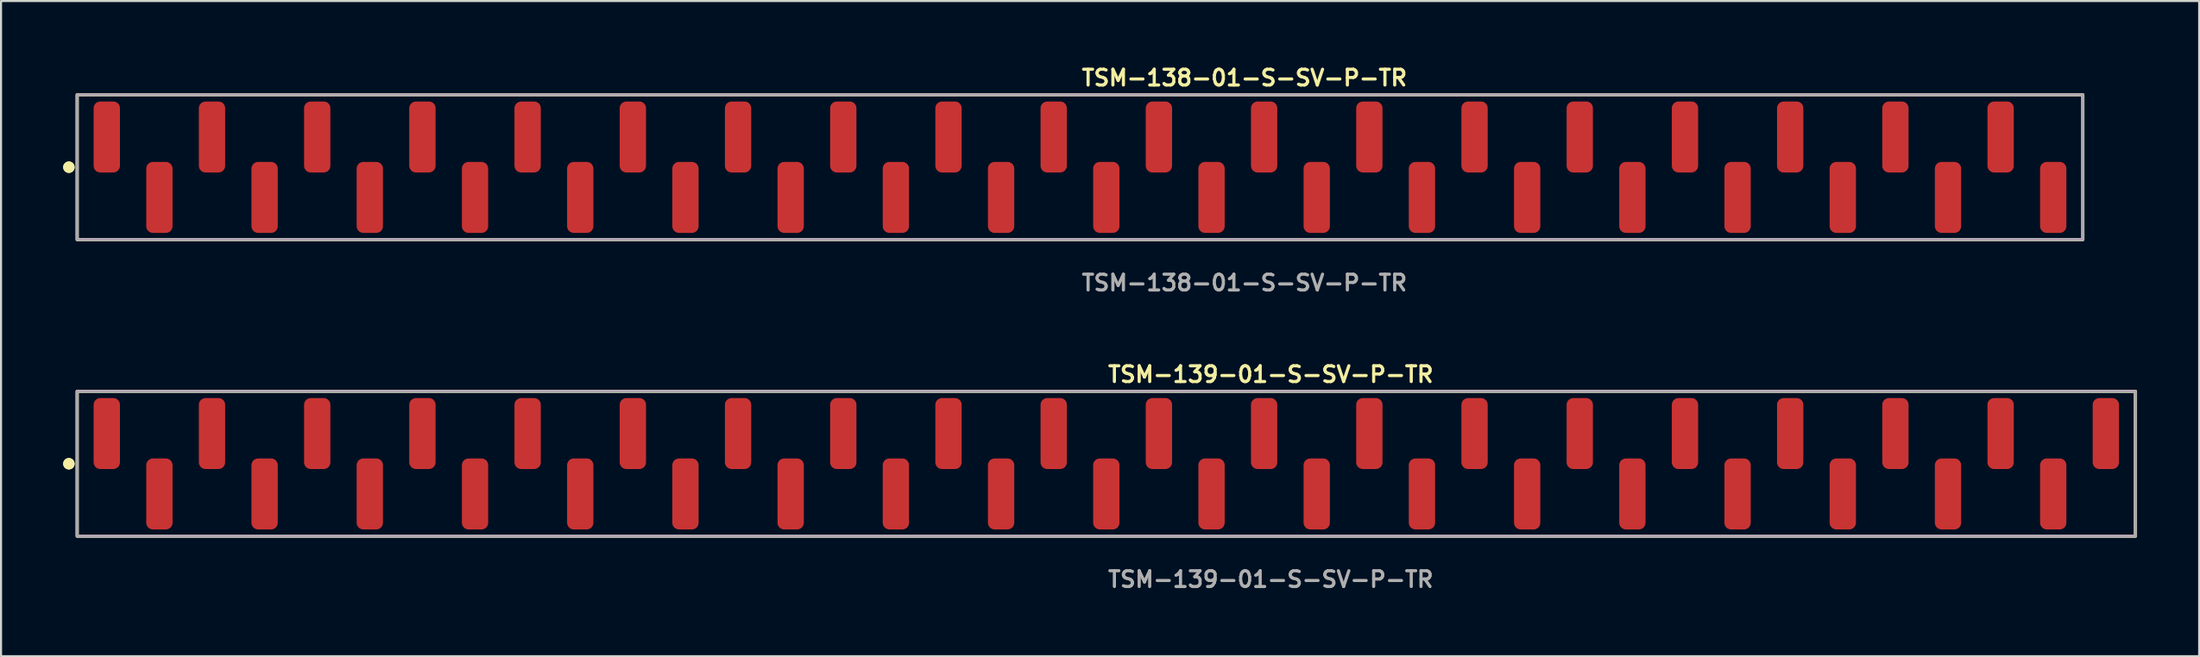
<source format=kicad_pcb>
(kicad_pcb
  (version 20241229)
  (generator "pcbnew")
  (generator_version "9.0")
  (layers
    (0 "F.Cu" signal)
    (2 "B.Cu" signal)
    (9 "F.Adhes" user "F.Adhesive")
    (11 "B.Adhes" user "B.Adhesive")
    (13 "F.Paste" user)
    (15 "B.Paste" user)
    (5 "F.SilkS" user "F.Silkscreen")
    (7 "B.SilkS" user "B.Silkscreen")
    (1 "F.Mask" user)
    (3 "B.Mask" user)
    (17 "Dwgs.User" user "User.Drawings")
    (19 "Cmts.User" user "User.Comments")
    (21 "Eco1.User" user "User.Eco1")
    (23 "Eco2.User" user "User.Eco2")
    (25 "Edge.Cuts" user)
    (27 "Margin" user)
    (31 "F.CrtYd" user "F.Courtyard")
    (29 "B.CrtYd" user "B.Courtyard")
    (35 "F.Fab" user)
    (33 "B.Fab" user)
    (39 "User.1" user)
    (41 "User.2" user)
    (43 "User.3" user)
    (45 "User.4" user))
  (footprint "TSM-138-01-S-SV-P-TR"
    (layer "F.Cu")
    (at 49.096 5.031)
    (property "Reference" "TSM-138-01-S-SV-P-TR" (at 0 -4.318 0) (unlocked yes) (layer "F.SilkS") (effects (font (size 0.762 0.762) (thickness 0.152)) (justify left)))
    (fp_rect (start -48.42 3.5) (end 48.42 -3.5) (stroke (width 0.152) (type solid)) (fill no) (layer "F.SilkS"))
    (fp_circle (center -48.82 0) (end -49.02 0) (stroke (width 0.152) (type solid)) (fill yes) (layer "F.SilkS"))
    (fp_circle (center -48.82 0) (end -49.02 0) (stroke (width 0.152) (type solid)) (fill yes) (layer "F.SilkS"))
    (fp_rect (start -48.42 3.5) (end 48.42 -3.5) (stroke (width 0.006) (type solid)) (fill no) (layer "F.CrtYd"))
    (fp_rect (start -48.42 3.5) (end 48.42 -3.5) (stroke (width 0.152) (type solid)) (fill no) (layer "F.Fab"))
    (fp_text user "${REFERENCE}" (at 0 5.588 0) (unlocked yes) (layer "F.Fab") (effects (font (size 0.762 0.762) (thickness 0.152)) (justify left)))
    (pad "1" smd roundrect (at -46.99 -1.46) (size 1.27 3.43) (layers "F.Cu" "F.Paste") (roundrect_rratio 0.25))
    (pad "2" smd roundrect (at -44.45 1.46) (size 1.27 3.43) (layers "F.Cu" "F.Paste") (roundrect_rratio 0.25))
    (pad "3" smd roundrect (at -41.91 -1.46) (size 1.27 3.43) (layers "F.Cu" "F.Paste") (roundrect_rratio 0.25))
    (pad "4" smd roundrect (at -39.37 1.46) (size 1.27 3.43) (layers "F.Cu" "F.Paste") (roundrect_rratio 0.25))
    (pad "5" smd roundrect (at -36.83 -1.46) (size 1.27 3.43) (layers "F.Cu" "F.Paste") (roundrect_rratio 0.25))
    (pad "6" smd roundrect (at -34.29 1.46) (size 1.27 3.43) (layers "F.Cu" "F.Paste") (roundrect_rratio 0.25))
    (pad "7" smd roundrect (at -31.75 -1.46) (size 1.27 3.43) (layers "F.Cu" "F.Paste") (roundrect_rratio 0.25))
    (pad "8" smd roundrect (at -29.21 1.46) (size 1.27 3.43) (layers "F.Cu" "F.Paste") (roundrect_rratio 0.25))
    (pad "9" smd roundrect (at -26.67 -1.46) (size 1.27 3.43) (layers "F.Cu" "F.Paste") (roundrect_rratio 0.25))
    (pad "10" smd roundrect (at -24.13 1.46) (size 1.27 3.43) (layers "F.Cu" "F.Paste") (roundrect_rratio 0.25))
    (pad "11" smd roundrect (at -21.59 -1.46) (size 1.27 3.43) (layers "F.Cu" "F.Paste") (roundrect_rratio 0.25))
    (pad "12" smd roundrect (at -19.05 1.46) (size 1.27 3.43) (layers "F.Cu" "F.Paste") (roundrect_rratio 0.25))
    (pad "13" smd roundrect (at -16.51 -1.46) (size 1.27 3.43) (layers "F.Cu" "F.Paste") (roundrect_rratio 0.25))
    (pad "14" smd roundrect (at -13.97 1.46) (size 1.27 3.43) (layers "F.Cu" "F.Paste") (roundrect_rratio 0.25))
    (pad "15" smd roundrect (at -11.43 -1.46) (size 1.27 3.43) (layers "F.Cu" "F.Paste") (roundrect_rratio 0.25))
    (pad "16" smd roundrect (at -8.89 1.46) (size 1.27 3.43) (layers "F.Cu" "F.Paste") (roundrect_rratio 0.25))
    (pad "17" smd roundrect (at -6.35 -1.46) (size 1.27 3.43) (layers "F.Cu" "F.Paste") (roundrect_rratio 0.25))
    (pad "18" smd roundrect (at -3.81 1.46) (size 1.27 3.43) (layers "F.Cu" "F.Paste") (roundrect_rratio 0.25))
    (pad "19" smd roundrect (at -1.27 -1.46) (size 1.27 3.43) (layers "F.Cu" "F.Paste") (roundrect_rratio 0.25))
    (pad "20" smd roundrect (at 1.27 1.46) (size 1.27 3.43) (layers "F.Cu" "F.Paste") (roundrect_rratio 0.25))
    (pad "21" smd roundrect (at 3.81 -1.46) (size 1.27 3.43) (layers "F.Cu" "F.Paste") (roundrect_rratio 0.25))
    (pad "22" smd roundrect (at 6.35 1.46) (size 1.27 3.43) (layers "F.Cu" "F.Paste") (roundrect_rratio 0.25))
    (pad "23" smd roundrect (at 8.89 -1.46) (size 1.27 3.43) (layers "F.Cu" "F.Paste") (roundrect_rratio 0.25))
    (pad "24" smd roundrect (at 11.43 1.46) (size 1.27 3.43) (layers "F.Cu" "F.Paste") (roundrect_rratio 0.25))
    (pad "25" smd roundrect (at 13.97 -1.46) (size 1.27 3.43) (layers "F.Cu" "F.Paste") (roundrect_rratio 0.25))
    (pad "26" smd roundrect (at 16.51 1.46) (size 1.27 3.43) (layers "F.Cu" "F.Paste") (roundrect_rratio 0.25))
    (pad "27" smd roundrect (at 19.05 -1.46) (size 1.27 3.43) (layers "F.Cu" "F.Paste") (roundrect_rratio 0.25))
    (pad "28" smd roundrect (at 21.59 1.46) (size 1.27 3.43) (layers "F.Cu" "F.Paste") (roundrect_rratio 0.25))
    (pad "29" smd roundrect (at 24.13 -1.46) (size 1.27 3.43) (layers "F.Cu" "F.Paste") (roundrect_rratio 0.25))
    (pad "30" smd roundrect (at 26.67 1.46) (size 1.27 3.43) (layers "F.Cu" "F.Paste") (roundrect_rratio 0.25))
    (pad "31" smd roundrect (at 29.21 -1.46) (size 1.27 3.43) (layers "F.Cu" "F.Paste") (roundrect_rratio 0.25))
    (pad "32" smd roundrect (at 31.75 1.46) (size 1.27 3.43) (layers "F.Cu" "F.Paste") (roundrect_rratio 0.25))
    (pad "33" smd roundrect (at 34.29 -1.46) (size 1.27 3.43) (layers "F.Cu" "F.Paste") (roundrect_rratio 0.25))
    (pad "34" smd roundrect (at 36.83 1.46) (size 1.27 3.43) (layers "F.Cu" "F.Paste") (roundrect_rratio 0.25))
    (pad "35" smd roundrect (at 39.37 -1.46) (size 1.27 3.43) (layers "F.Cu" "F.Paste") (roundrect_rratio 0.25))
    (pad "36" smd roundrect (at 41.91 1.46) (size 1.27 3.43) (layers "F.Cu" "F.Paste") (roundrect_rratio 0.25))
    (pad "37" smd roundrect (at 44.45 -1.46) (size 1.27 3.43) (layers "F.Cu" "F.Paste") (roundrect_rratio 0.25))
    (pad "38" smd roundrect (at 46.99 1.46) (size 1.27 3.43) (layers "F.Cu" "F.Paste") (roundrect_rratio 0.25)))
  (footprint "TSM-139-01-S-SV-P-TR"
    (layer "F.Cu")
    (at 50.366 19.364)
    (property "Reference" "TSM-139-01-S-SV-P-TR" (at 0 -4.318 0) (unlocked yes) (layer "F.SilkS") (effects (font (size 0.762 0.762) (thickness 0.152)) (justify left)))
    (fp_rect (start -49.69 3.5) (end 49.69 -3.5) (stroke (width 0.152) (type solid)) (fill no) (layer "F.SilkS"))
    (fp_circle (center -50.09 0) (end -50.29 0) (stroke (width 0.152) (type solid)) (fill yes) (layer "F.SilkS"))
    (fp_circle (center -50.09 0) (end -50.29 0) (stroke (width 0.152) (type solid)) (fill yes) (layer "F.SilkS"))
    (fp_rect (start -49.69 3.5) (end 49.69 -3.5) (stroke (width 0.006) (type solid)) (fill no) (layer "F.CrtYd"))
    (fp_rect (start -49.69 3.5) (end 49.69 -3.5) (stroke (width 0.152) (type solid)) (fill no) (layer "F.Fab"))
    (fp_text user "${REFERENCE}" (at 0 5.588 0) (unlocked yes) (layer "F.Fab") (effects (font (size 0.762 0.762) (thickness 0.152)) (justify left)))
    (pad "1" smd roundrect (at -48.26 -1.46) (size 1.27 3.43) (layers "F.Cu" "F.Paste") (roundrect_rratio 0.25))
    (pad "2" smd roundrect (at -45.72 1.46) (size 1.27 3.43) (layers "F.Cu" "F.Paste") (roundrect_rratio 0.25))
    (pad "3" smd roundrect (at -43.18 -1.46) (size 1.27 3.43) (layers "F.Cu" "F.Paste") (roundrect_rratio 0.25))
    (pad "4" smd roundrect (at -40.64 1.46) (size 1.27 3.43) (layers "F.Cu" "F.Paste") (roundrect_rratio 0.25))
    (pad "5" smd roundrect (at -38.1 -1.46) (size 1.27 3.43) (layers "F.Cu" "F.Paste") (roundrect_rratio 0.25))
    (pad "6" smd roundrect (at -35.56 1.46) (size 1.27 3.43) (layers "F.Cu" "F.Paste") (roundrect_rratio 0.25))
    (pad "7" smd roundrect (at -33.02 -1.46) (size 1.27 3.43) (layers "F.Cu" "F.Paste") (roundrect_rratio 0.25))
    (pad "8" smd roundrect (at -30.48 1.46) (size 1.27 3.43) (layers "F.Cu" "F.Paste") (roundrect_rratio 0.25))
    (pad "9" smd roundrect (at -27.94 -1.46) (size 1.27 3.43) (layers "F.Cu" "F.Paste") (roundrect_rratio 0.25))
    (pad "10" smd roundrect (at -25.4 1.46) (size 1.27 3.43) (layers "F.Cu" "F.Paste") (roundrect_rratio 0.25))
    (pad "11" smd roundrect (at -22.86 -1.46) (size 1.27 3.43) (layers "F.Cu" "F.Paste") (roundrect_rratio 0.25))
    (pad "12" smd roundrect (at -20.32 1.46) (size 1.27 3.43) (layers "F.Cu" "F.Paste") (roundrect_rratio 0.25))
    (pad "13" smd roundrect (at -17.78 -1.46) (size 1.27 3.43) (layers "F.Cu" "F.Paste") (roundrect_rratio 0.25))
    (pad "14" smd roundrect (at -15.24 1.46) (size 1.27 3.43) (layers "F.Cu" "F.Paste") (roundrect_rratio 0.25))
    (pad "15" smd roundrect (at -12.7 -1.46) (size 1.27 3.43) (layers "F.Cu" "F.Paste") (roundrect_rratio 0.25))
    (pad "16" smd roundrect (at -10.16 1.46) (size 1.27 3.43) (layers "F.Cu" "F.Paste") (roundrect_rratio 0.25))
    (pad "17" smd roundrect (at -7.62 -1.46) (size 1.27 3.43) (layers "F.Cu" "F.Paste") (roundrect_rratio 0.25))
    (pad "18" smd roundrect (at -5.08 1.46) (size 1.27 3.43) (layers "F.Cu" "F.Paste") (roundrect_rratio 0.25))
    (pad "19" smd roundrect (at -2.54 -1.46) (size 1.27 3.43) (layers "F.Cu" "F.Paste") (roundrect_rratio 0.25))
    (pad "20" smd roundrect (at 0 1.46) (size 1.27 3.43) (layers "F.Cu" "F.Paste") (roundrect_rratio 0.25))
    (pad "21" smd roundrect (at 2.54 -1.46) (size 1.27 3.43) (layers "F.Cu" "F.Paste") (roundrect_rratio 0.25))
    (pad "22" smd roundrect (at 5.08 1.46) (size 1.27 3.43) (layers "F.Cu" "F.Paste") (roundrect_rratio 0.25))
    (pad "23" smd roundrect (at 7.62 -1.46) (size 1.27 3.43) (layers "F.Cu" "F.Paste") (roundrect_rratio 0.25))
    (pad "24" smd roundrect (at 10.16 1.46) (size 1.27 3.43) (layers "F.Cu" "F.Paste") (roundrect_rratio 0.25))
    (pad "25" smd roundrect (at 12.7 -1.46) (size 1.27 3.43) (layers "F.Cu" "F.Paste") (roundrect_rratio 0.25))
    (pad "26" smd roundrect (at 15.24 1.46) (size 1.27 3.43) (layers "F.Cu" "F.Paste") (roundrect_rratio 0.25))
    (pad "27" smd roundrect (at 17.78 -1.46) (size 1.27 3.43) (layers "F.Cu" "F.Paste") (roundrect_rratio 0.25))
    (pad "28" smd roundrect (at 20.32 1.46) (size 1.27 3.43) (layers "F.Cu" "F.Paste") (roundrect_rratio 0.25))
    (pad "29" smd roundrect (at 22.86 -1.46) (size 1.27 3.43) (layers "F.Cu" "F.Paste") (roundrect_rratio 0.25))
    (pad "30" smd roundrect (at 25.4 1.46) (size 1.27 3.43) (layers "F.Cu" "F.Paste") (roundrect_rratio 0.25))
    (pad "31" smd roundrect (at 27.94 -1.46) (size 1.27 3.43) (layers "F.Cu" "F.Paste") (roundrect_rratio 0.25))
    (pad "32" smd roundrect (at 30.48 1.46) (size 1.27 3.43) (layers "F.Cu" "F.Paste") (roundrect_rratio 0.25))
    (pad "33" smd roundrect (at 33.02 -1.46) (size 1.27 3.43) (layers "F.Cu" "F.Paste") (roundrect_rratio 0.25))
    (pad "34" smd roundrect (at 35.56 1.46) (size 1.27 3.43) (layers "F.Cu" "F.Paste") (roundrect_rratio 0.25))
    (pad "35" smd roundrect (at 38.1 -1.46) (size 1.27 3.43) (layers "F.Cu" "F.Paste") (roundrect_rratio 0.25))
    (pad "36" smd roundrect (at 40.64 1.46) (size 1.27 3.43) (layers "F.Cu" "F.Paste") (roundrect_rratio 0.25))
    (pad "37" smd roundrect (at 43.18 -1.46) (size 1.27 3.43) (layers "F.Cu" "F.Paste") (roundrect_rratio 0.25))
    (pad "38" smd roundrect (at 45.72 1.46) (size 1.27 3.43) (layers "F.Cu" "F.Paste") (roundrect_rratio 0.25))
    (pad "39" smd roundrect (at 48.26 -1.46) (size 1.27 3.43) (layers "F.Cu" "F.Paste") (roundrect_rratio 0.25)))
  (gr_rect
    (start -3 -3)
    (end 103.132 28.665)
    (stroke (width 0.1) (type default))
    (fill no)
    (layer "Edge.Cuts")))
</source>
